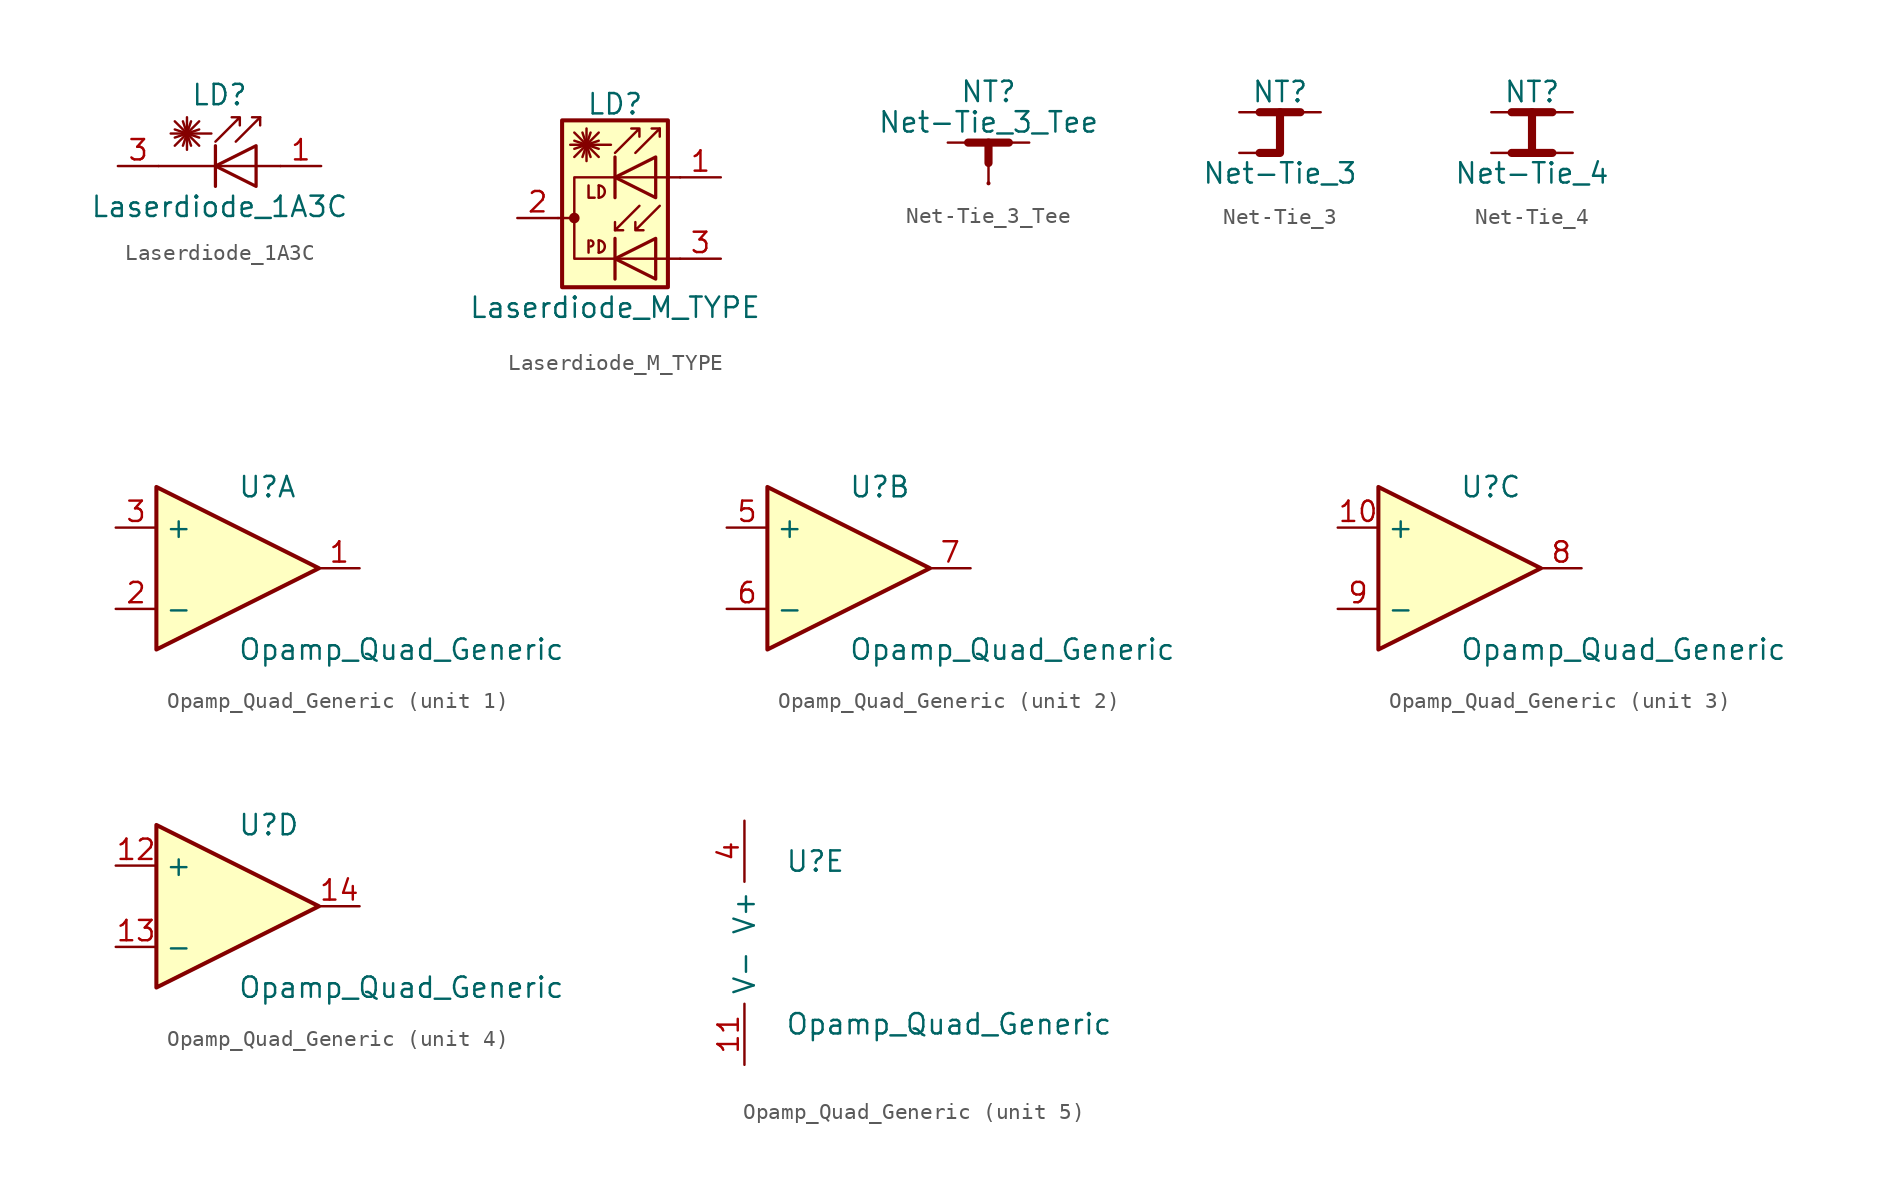
<source format=kicad_sym>
(kicad_symbol_lib
  (version 20211014)
  (generator kicad_symbol_editor)
  (symbol "Laserdiode_1A3C"
    (pin_names
      (offset 1.016) hide)
    (property "Reference" "LD"
      (at -1.27 4.445 0)
      (effects (font (size 1.27 1.27))))
    (property "Value" "Laserdiode_1A3C"
      (at -1.27 -2.54 0)
      (effects (font (size 1.27 1.27))))
    (symbol "Laserdiode_1A3C_0_1"
      (polyline (pts (xy -4.064 1.27) (xy -2.54 2.794)) (stroke (width 0) (type default) (color 0 0 0 0)) (fill (type none)))
      (polyline (pts (xy -4.064 1.778) (xy -2.54 2.286)) (stroke (width 0) (type default) (color 0 0 0 0)) (fill (type none)))
      (polyline (pts (xy -4.064 2.286) (xy -2.54 1.778)) (stroke (width 0) (type default) (color 0 0 0 0)) (fill (type none)))
      (polyline (pts (xy -4.064 2.794) (xy -2.54 1.27)) (stroke (width 0) (type default) (color 0 0 0 0)) (fill (type none)))
      (polyline (pts (xy -3.556 2.794) (xy -3.048 1.27)) (stroke (width 0) (type default) (color 0 0 0 0)) (fill (type none)))
      (polyline (pts (xy -3.302 2.032) (xy -3.302 1.016)) (stroke (width 0) (type default) (color 0 0 0 0)) (fill (type none)))
      (polyline (pts (xy -3.302 2.032) (xy -3.302 3.048)) (stroke (width 0) (type default) (color 0 0 0 0)) (fill (type none)))
      (polyline (pts (xy -3.048 2.794) (xy -3.556 1.27)) (stroke (width 0) (type default) (color 0 0 0 0)) (fill (type none)))
      (polyline (pts (xy -1.778 2.032) (xy -4.318 2.032)) (stroke (width 0) (type default) (color 0 0 0 0)) (fill (type none)))
      (polyline (pts (xy -1.524 1.27) (xy -1.524 -1.27)) (stroke (width 0.203) (type default) (color 0 0 0 0)) (fill (type none)))
      (polyline (pts (xy 1.27 3.048) (xy 0.762 3.048)) (stroke (width 0) (type default) (color 0 0 0 0)) (fill (type none)))
      (polyline (pts (xy 2.54 0) (xy -5.08 0)) (stroke (width 0) (type default) (color 0 0 0 0)) (fill (type none)))
      (polyline (pts (xy -0.254 1.524) (xy 1.27 3.048) (xy 1.27 2.54)) (stroke (width 0) (type default) (color 0 0 0 0)) (fill (type none)))
      (polyline (pts (xy 1.016 1.27) (xy 1.016 -1.27) (xy -1.524 0) (xy 1.016 1.27)) (stroke (width 0.203) (type default) (color 0 0 0 0)) (fill (type none)))
      (polyline (pts (xy -1.524 1.524) (xy 0 3.048) (xy 0 2.54) (xy 0 3.048) (xy -0.508 3.048)) (stroke (width 0) (type default) (color 0 0 0 0)) (fill (type none))))
    (symbol "Laserdiode_1A3C_1_1"
      (pin passive line (at 5.08 0 180) (length 2.54) (name "A" (effects (font (size 1.27 1.27)))) (number "1" (effects (font (size 1.27 1.27)))))
      (pin passive line (at -7.62 0 0) (length 2.54) (name "K" (effects (font (size 1.27 1.27)))) (number "3" (effects (font (size 1.27 1.27)))))))
  (symbol "Laserdiode_M_TYPE"
    (pin_names hide)
    (property "Reference" "LD"
      (at 1.016 7.112 0)
      (effects (font (size 1.27 1.27))))
    (property "Value" "Laserdiode_M_TYPE"
      (at 1.016 -5.588 0)
      (effects (font (size 1.27 1.27))))
    (symbol "Laserdiode_M_TYPE_0_1"
      (circle (center -1.524 0) (radius 0.254) (stroke (width 0) (type default) (color 0 0 0 0)) (fill (type outline)))
      (arc (start -0.508 -1.778) (mid -0.3302 -1.6002) (end -0.508 -1.397) (stroke (width 0) (type default) (color 0 0 0 0)) (fill (type none)))
      (arc (start 0 -2.159) (mid 0.381 -1.778) (end 0 -1.397) (stroke (width 0) (type default) (color 0 0 0 0)) (fill (type none)))
      (polyline (pts (xy -2.54 0) (xy -1.524 0)) (stroke (width 0) (type default) (color 0 0 0 0)) (fill (type none)))
      (polyline (pts (xy -1.524 3.81) (xy 0 5.334)) (stroke (width 0) (type default) (color 0 0 0 0)) (fill (type none)))
      (polyline (pts (xy -1.524 4.318) (xy 0 4.826)) (stroke (width 0) (type default) (color 0 0 0 0)) (fill (type none)))
      (polyline (pts (xy -1.524 4.826) (xy 0 4.318)) (stroke (width 0) (type default) (color 0 0 0 0)) (fill (type none)))
      (polyline (pts (xy -1.524 5.334) (xy 0 3.81)) (stroke (width 0) (type default) (color 0 0 0 0)) (fill (type none)))
      (polyline (pts (xy -1.016 5.334) (xy -0.508 3.81)) (stroke (width 0) (type default) (color 0 0 0 0)) (fill (type none)))
      (polyline (pts (xy -0.762 4.572) (xy -0.762 3.556)) (stroke (width 0) (type default) (color 0 0 0 0)) (fill (type none)))
      (polyline (pts (xy -0.762 4.572) (xy -0.762 5.588)) (stroke (width 0) (type default) (color 0 0 0 0)) (fill (type none)))
      (polyline (pts (xy -0.635 -1.397) (xy -0.635 -2.159)) (stroke (width 0) (type default) (color 0 0 0 0)) (fill (type none)))
      (polyline (pts (xy -0.508 5.334) (xy -1.016 3.81)) (stroke (width 0) (type default) (color 0 0 0 0)) (fill (type none)))
      (polyline (pts (xy 0 -1.397) (xy 0 -2.159)) (stroke (width 0) (type default) (color 0 0 0 0)) (fill (type none)))
      (polyline (pts (xy 0 2.032) (xy 0 1.27)) (stroke (width 0) (type default) (color 0 0 0 0)) (fill (type none)))
      (polyline (pts (xy 0.762 4.572) (xy -1.778 4.572)) (stroke (width 0) (type default) (color 0 0 0 0)) (fill (type none)))
      (polyline (pts (xy 1.016 -1.27) (xy 1.016 -3.81)) (stroke (width 0.203) (type default) (color 0 0 0 0)) (fill (type none)))
      (polyline (pts (xy 1.016 -0.762) (xy 1.524 -0.762)) (stroke (width 0) (type default) (color 0 0 0 0)) (fill (type none)))
      (polyline (pts (xy 1.016 3.81) (xy 1.016 1.27)) (stroke (width 0.203) (type default) (color 0 0 0 0)) (fill (type none)))
      (polyline (pts (xy 3.81 5.588) (xy 3.302 5.588)) (stroke (width 0) (type default) (color 0 0 0 0)) (fill (type none)))
      (polyline (pts (xy -0.635 2.032) (xy -0.635 1.27) (xy -0.254 1.27)) (stroke (width 0) (type default) (color 0 0 0 0)) (fill (type none)))
      (polyline (pts (xy 2.286 4.064) (xy 3.81 5.588) (xy 3.81 5.08)) (stroke (width 0) (type default) (color 0 0 0 0)) (fill (type none)))
      (polyline (pts (xy 2.54 0.762) (xy 1.016 -0.762) (xy 1.016 -0.254)) (stroke (width 0) (type default) (color 0 0 0 0)) (fill (type none)))
      (polyline (pts (xy 3.556 -1.27) (xy 3.556 -3.81) (xy 1.016 -2.54) (xy 3.556 -1.27)) (stroke (width 0.203) (type default) (color 0 0 0 0)) (fill (type none)))
      (polyline (pts (xy 3.556 3.81) (xy 3.556 1.27) (xy 1.016 2.54) (xy 3.556 3.81)) (stroke (width 0.203) (type default) (color 0 0 0 0)) (fill (type none)))
      (polyline (pts (xy 5.08 2.54) (xy -1.524 2.54) (xy -1.524 -2.54) (xy 5.08 -2.54)) (stroke (width 0) (type default) (color 0 0 0 0)) (fill (type none)))
      (polyline (pts (xy 1.016 4.064) (xy 2.54 5.588) (xy 2.54 5.08) (xy 2.54 5.588) (xy 2.032 5.588)) (stroke (width 0) (type default) (color 0 0 0 0)) (fill (type none)))
      (polyline (pts (xy 3.81 0.762) (xy 2.286 -0.762) (xy 2.286 -0.254) (xy 2.286 -0.762) (xy 2.794 -0.762)) (stroke (width 0) (type default) (color 0 0 0 0)) (fill (type none)))
      (arc (start 0 1.27) (mid 0.381 1.651) (end 0 2.032) (stroke (width 0) (type default) (color 0 0 0 0)) (fill (type none)))
      (rectangle (start 4.318 6.096) (end -2.286 -4.318) (stroke (width 0.254) (type default) (color 0 0 0 0)) (fill (type background))))
    (symbol "Laserdiode_M_TYPE_1_1"
      (pin passive line (at 7.62 2.54 180) (length 2.54) (name "~" (effects (font (size 1.27 1.27)))) (number "1" (effects (font (size 1.27 1.27)))))
      (pin passive line (at -5.08 0 0) (length 2.54) (name "~" (effects (font (size 1.27 1.27)))) (number "2" (effects (font (size 1.27 1.27)))))
      (pin passive line (at 7.62 -2.54 180) (length 2.54) (name "~" (effects (font (size 1.27 1.27)))) (number "3" (effects (font (size 1.27 1.27)))))))
  (symbol "Net-Tie_3_Tee"
    (pin_numbers hide)
    (pin_names
      (offset 0) hide)
    (property "Reference" "NT"
      (at 0 3.175 0)
      (effects (font (size 1.27 1.27))))
    (property "Value" "Net-Tie_3_Tee"
      (at 0 1.27 0)
      (effects (font (size 1.27 1.27))))
    (symbol "Net-Tie_3_Tee_0_1"
      (polyline (pts (xy -1.27 0) (xy 1.27 0)) (stroke (width 0.254) (type default) (color 0 0 0 0)) (fill (type none)))
      (polyline (pts (xy -1.27 0) (xy 1.27 0)) (stroke (width 0.508) (type default) (color 0 0 0 0)) (fill (type none)))
      (polyline (pts (xy 0 -2.54) (xy 0 -2.54)) (stroke (width 0.254) (type default) (color 0 0 0 0)) (fill (type none)))
      (polyline (pts (xy 0 -1.27) (xy 0 0)) (stroke (width 0.508) (type default) (color 0 0 0 0)) (fill (type none))))
    (symbol "Net-Tie_3_Tee_1_1"
      (pin passive line (at -2.54 0 0) (length 2.54) (name "1" (effects (font (size 1.27 1.27)))) (number "1" (effects (font (size 1.27 1.27)))))
      (pin passive line (at 2.54 0 180) (length 2.54) (name "2" (effects (font (size 1.27 1.27)))) (number "2" (effects (font (size 1.27 1.27)))))
      (pin passive line (at 0 -2.54 90) (length 2.54) (name "3" (effects (font (size 1.27 1.27)))) (number "3" (effects (font (size 1.27 1.27)))))))
  (symbol "Net-Tie_3"
    (pin_numbers hide)
    (pin_names
      (offset 0) hide)
    (property "Reference" "NT"
      (at 0 1.27 0)
      (effects (font (size 1.27 1.27))))
    (property "Value" "Net-Tie_3"
      (at 0 -3.81 0)
      (effects (font (size 1.27 1.27))))
    (symbol "Net-Tie_3_0_1"
      (polyline (pts (xy -1.27 0) (xy 1.27 0)) (stroke (width 0.508) (type default) (color 0 0 0 0)) (fill (type none)))
      (polyline (pts (xy 0 0) (xy 0 -2.54) (xy -1.27 -2.54)) (stroke (width 0.508) (type default) (color 0 0 0 0)) (fill (type none))))
    (symbol "Net-Tie_3_1_1"
      (pin passive line (at -2.54 0 0) (length 2.54) (name "1" (effects (font (size 1.27 1.27)))) (number "1" (effects (font (size 1.27 1.27)))))
      (pin passive line (at 2.54 0 180) (length 2.54) (name "2" (effects (font (size 1.27 1.27)))) (number "2" (effects (font (size 1.27 1.27)))))
      (pin passive line (at -2.54 -2.54 0) (length 2.54) (name "3" (effects (font (size 1.27 1.27)))) (number "3" (effects (font (size 1.27 1.27)))))))
  (symbol "Net-Tie_4"
    (pin_numbers hide)
    (pin_names
      (offset 0) hide)
    (property "Reference" "NT"
      (at 0 1.27 0)
      (effects (font (size 1.27 1.27))))
    (property "Value" "Net-Tie_4"
      (at 0 -3.81 0)
      (effects (font (size 1.27 1.27))))
    (symbol "Net-Tie_4_0_1"
      (polyline (pts (xy -1.27 -2.54) (xy 1.27 -2.54)) (stroke (width 0.508) (type default) (color 0 0 0 0)) (fill (type none)))
      (polyline (pts (xy -1.27 0) (xy 1.27 0)) (stroke (width 0.508) (type default) (color 0 0 0 0)) (fill (type none)))
      (polyline (pts (xy 0 -2.54) (xy 0 0)) (stroke (width 0.508) (type default) (color 0 0 0 0)) (fill (type none))))
    (symbol "Net-Tie_4_1_1"
      (pin passive line (at -2.54 0 0) (length 2.54) (name "1" (effects (font (size 1.27 1.27)))) (number "1" (effects (font (size 1.27 1.27)))))
      (pin passive line (at 2.54 0 180) (length 2.54) (name "2" (effects (font (size 1.27 1.27)))) (number "2" (effects (font (size 1.27 1.27)))))
      (pin passive line (at -2.54 -2.54 0) (length 2.54) (name "3" (effects (font (size 1.27 1.27)))) (number "3" (effects (font (size 1.27 1.27)))))
      (pin passive line (at 2.54 -2.54 180) (length 2.54) (name "4" (effects (font (size 1.27 1.27)))) (number "4" (effects (font (size 1.27 1.27)))))))
  (symbol "Opamp_Quad_Generic"
    (property "Reference" "U"
      (at 0 5.08 0)
      (effects (font (size 1.27 1.27)) (justify left)))
    (property "Value" "Opamp_Quad_Generic"
      (at 0 -5.08 0)
      (effects (font (size 1.27 1.27)) (justify left)))
    (property "ki_locked" ""
      (at 0 0 0)
      (effects (font (size 1.27 1.27))))
    (symbol "Opamp_Quad_Generic_1_1"
      (polyline (pts (xy -5.08 5.08) (xy 5.08 0) (xy -5.08 -5.08) (xy -5.08 5.08)) (stroke (width 0.254) (type default) (color 0 0 0 0)) (fill (type background)))
      (pin output line (at 7.62 0 180) (length 2.54) (name "~" (effects (font (size 1.27 1.27)))) (number "1" (effects (font (size 1.27 1.27)))))
      (pin input line (at -7.62 -2.54 0) (length 2.54) (name "-" (effects (font (size 1.27 1.27)))) (number "2" (effects (font (size 1.27 1.27)))))
      (pin input line (at -7.62 2.54 0) (length 2.54) (name "+" (effects (font (size 1.27 1.27)))) (number "3" (effects (font (size 1.27 1.27))))))
    (symbol "Opamp_Quad_Generic_2_1"
      (polyline (pts (xy -5.08 5.08) (xy 5.08 0) (xy -5.08 -5.08) (xy -5.08 5.08)) (stroke (width 0.254) (type default) (color 0 0 0 0)) (fill (type background)))
      (pin input line (at -7.62 2.54 0) (length 2.54) (name "+" (effects (font (size 1.27 1.27)))) (number "5" (effects (font (size 1.27 1.27)))))
      (pin input line (at -7.62 -2.54 0) (length 2.54) (name "-" (effects (font (size 1.27 1.27)))) (number "6" (effects (font (size 1.27 1.27)))))
      (pin output line (at 7.62 0 180) (length 2.54) (name "~" (effects (font (size 1.27 1.27)))) (number "7" (effects (font (size 1.27 1.27))))))
    (symbol "Opamp_Quad_Generic_3_1"
      (polyline (pts (xy -5.08 5.08) (xy 5.08 0) (xy -5.08 -5.08) (xy -5.08 5.08)) (stroke (width 0.254) (type default) (color 0 0 0 0)) (fill (type background)))
      (pin input line (at -7.62 2.54 0) (length 2.54) (name "+" (effects (font (size 1.27 1.27)))) (number "10" (effects (font (size 1.27 1.27)))))
      (pin output line (at 7.62 0 180) (length 2.54) (name "~" (effects (font (size 1.27 1.27)))) (number "8" (effects (font (size 1.27 1.27)))))
      (pin input line (at -7.62 -2.54 0) (length 2.54) (name "-" (effects (font (size 1.27 1.27)))) (number "9" (effects (font (size 1.27 1.27))))))
    (symbol "Opamp_Quad_Generic_4_1"
      (polyline (pts (xy -5.08 5.08) (xy 5.08 0) (xy -5.08 -5.08) (xy -5.08 5.08)) (stroke (width 0.254) (type default) (color 0 0 0 0)) (fill (type background)))
      (pin input line (at -7.62 2.54 0) (length 2.54) (name "+" (effects (font (size 1.27 1.27)))) (number "12" (effects (font (size 1.27 1.27)))))
      (pin input line (at -7.62 -2.54 0) (length 2.54) (name "-" (effects (font (size 1.27 1.27)))) (number "13" (effects (font (size 1.27 1.27)))))
      (pin output line (at 7.62 0 180) (length 2.54) (name "~" (effects (font (size 1.27 1.27)))) (number "14" (effects (font (size 1.27 1.27))))))
    (symbol "Opamp_Quad_Generic_5_1"
      (pin power_in line (at -2.54 -7.62 90) (length 3.81) (name "V-" (effects (font (size 1.27 1.27)))) (number "11" (effects (font (size 1.27 1.27)))))
      (pin power_in line (at -2.54 7.62 270) (length 3.81) (name "V+" (effects (font (size 1.27 1.27)))) (number "4" (effects (font (size 1.27 1.27))))))))
</source>
